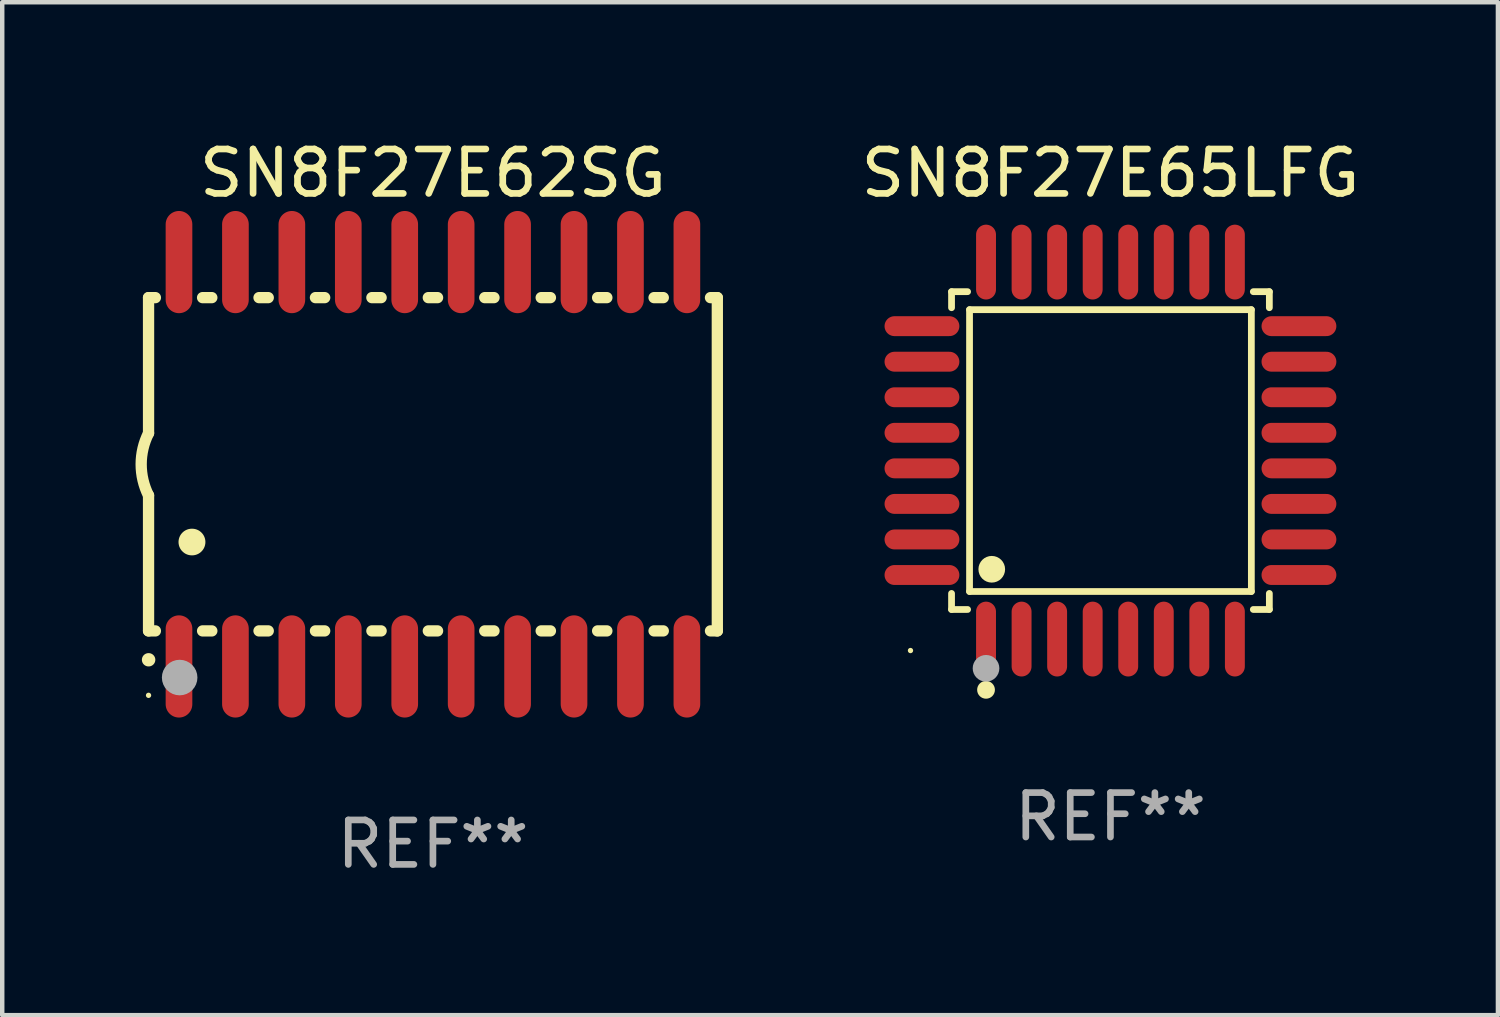
<source format=kicad_pcb>
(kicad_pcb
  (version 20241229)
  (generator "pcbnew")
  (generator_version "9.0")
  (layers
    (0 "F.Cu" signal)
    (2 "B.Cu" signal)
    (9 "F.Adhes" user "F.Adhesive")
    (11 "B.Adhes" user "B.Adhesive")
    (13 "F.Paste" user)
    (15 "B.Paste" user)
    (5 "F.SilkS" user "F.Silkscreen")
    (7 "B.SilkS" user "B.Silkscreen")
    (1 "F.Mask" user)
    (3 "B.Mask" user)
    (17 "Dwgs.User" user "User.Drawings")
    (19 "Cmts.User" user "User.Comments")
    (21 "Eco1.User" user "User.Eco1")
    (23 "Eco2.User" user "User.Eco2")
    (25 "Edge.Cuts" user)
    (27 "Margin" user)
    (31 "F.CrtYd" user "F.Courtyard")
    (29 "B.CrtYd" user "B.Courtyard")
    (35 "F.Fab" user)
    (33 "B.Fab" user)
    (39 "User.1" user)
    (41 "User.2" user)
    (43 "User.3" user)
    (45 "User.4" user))
  (footprint "SN8F27E65LFG"
    (layer "F.Cu")
    (at 21.94 7.09)
    (property "Reference" "SN8F27E65LFG" (at 0 -6.242 0) (layer "F.SilkS") (effects (font (size 1 1) (thickness 0.15))))
    (attr through_hole)
    (fp_line (start -3.576 -3.576) (end -3.215 -3.576) (stroke (width 0.152) (type solid)) (layer "F.SilkS"))
    (fp_line (start -3.576 -3.215) (end -3.576 -3.576) (stroke (width 0.152) (type solid)) (layer "F.SilkS"))
    (fp_line (start -3.576 3.215) (end -3.576 3.576) (stroke (width 0.152) (type solid)) (layer "F.SilkS"))
    (fp_line (start -3.576 3.576) (end -3.215 3.576) (stroke (width 0.152) (type solid)) (layer "F.SilkS"))
    (fp_line (start -3.171 -3.171) (end 3.171 -3.171) (stroke (width 0.152) (type solid)) (layer "F.SilkS"))
    (fp_line (start -3.171 3.171) (end -3.171 -3.171) (stroke (width 0.152) (type solid)) (layer "F.SilkS"))
    (fp_line (start 3.171 -3.171) (end 3.171 3.171) (stroke (width 0.152) (type solid)) (layer "F.SilkS"))
    (fp_line (start 3.171 3.171) (end -3.171 3.171) (stroke (width 0.152) (type solid)) (layer "F.SilkS"))
    (fp_line (start 3.576 -3.576) (end 3.215 -3.576) (stroke (width 0.152) (type solid)) (layer "F.SilkS"))
    (fp_line (start 3.576 -3.215) (end 3.576 -3.576) (stroke (width 0.152) (type solid)) (layer "F.SilkS"))
    (fp_line (start 3.576 3.215) (end 3.576 3.576) (stroke (width 0.152) (type solid)) (layer "F.SilkS"))
    (fp_line (start 3.576 3.576) (end 3.215 3.576) (stroke (width 0.152) (type solid)) (layer "F.SilkS"))
    (fp_circle (center -4.5 4.5) (end -4.47 4.5) (stroke (width 0.06) (type solid)) (fill no) (layer "F.SilkS"))
    (fp_circle (center -2.8 5.384) (end -2.7 5.384) (stroke (width 0.2) (type solid)) (fill no) (layer "F.SilkS"))
    (fp_circle (center -2.671 2.671) (end -2.521 2.671) (stroke (width 0.3) (type solid)) (fill no) (layer "F.SilkS"))
    (fp_circle (center -2.8 4.9) (end -2.65 4.9) (stroke (width 0.3) (type solid)) (fill no) (layer "F.Fab"))
    (fp_text user "REF**" (at 0 8.242 0) (layer "F.Fab") (effects (font (size 1 1) (thickness 0.15))))
    (pad "1" smd oval (at -2.8 4.242) (size 0.448 1.684) (layers "F.Cu" "F.Mask" "F.Paste"))
    (pad "2" smd oval (at -2 4.242) (size 0.448 1.684) (layers "F.Cu" "F.Mask" "F.Paste"))
    (pad "3" smd oval (at -1.2 4.242) (size 0.448 1.684) (layers "F.Cu" "F.Mask" "F.Paste"))
    (pad "4" smd oval (at -0.4 4.242) (size 0.448 1.684) (layers "F.Cu" "F.Mask" "F.Paste"))
    (pad "5" smd oval (at 0.4 4.242) (size 0.448 1.684) (layers "F.Cu" "F.Mask" "F.Paste"))
    (pad "6" smd oval (at 1.2 4.242) (size 0.448 1.684) (layers "F.Cu" "F.Mask" "F.Paste"))
    (pad "7" smd oval (at 2 4.242) (size 0.448 1.684) (layers "F.Cu" "F.Mask" "F.Paste"))
    (pad "8" smd oval (at 2.8 4.242) (size 0.448 1.684) (layers "F.Cu" "F.Mask" "F.Paste"))
    (pad "9" smd oval (at 4.242 2.8) (size 1.684 0.448) (layers "F.Cu" "F.Mask" "F.Paste"))
    (pad "10" smd oval (at 4.242 2) (size 1.684 0.448) (layers "F.Cu" "F.Mask" "F.Paste"))
    (pad "11" smd oval (at 4.242 1.2) (size 1.684 0.448) (layers "F.Cu" "F.Mask" "F.Paste"))
    (pad "12" smd oval (at 4.242 0.4) (size 1.684 0.448) (layers "F.Cu" "F.Mask" "F.Paste"))
    (pad "13" smd oval (at 4.242 -0.4) (size 1.684 0.448) (layers "F.Cu" "F.Mask" "F.Paste"))
    (pad "14" smd oval (at 4.242 -1.2) (size 1.684 0.448) (layers "F.Cu" "F.Mask" "F.Paste"))
    (pad "15" smd oval (at 4.242 -2) (size 1.684 0.448) (layers "F.Cu" "F.Mask" "F.Paste"))
    (pad "16" smd oval (at 4.242 -2.8) (size 1.684 0.448) (layers "F.Cu" "F.Mask" "F.Paste"))
    (pad "17" smd oval (at 2.8 -4.242) (size 0.448 1.684) (layers "F.Cu" "F.Mask" "F.Paste"))
    (pad "18" smd oval (at 2 -4.242) (size 0.448 1.684) (layers "F.Cu" "F.Mask" "F.Paste"))
    (pad "19" smd oval (at 1.2 -4.242) (size 0.448 1.684) (layers "F.Cu" "F.Mask" "F.Paste"))
    (pad "20" smd oval (at 0.4 -4.242) (size 0.448 1.684) (layers "F.Cu" "F.Mask" "F.Paste"))
    (pad "21" smd oval (at -0.4 -4.242) (size 0.448 1.684) (layers "F.Cu" "F.Mask" "F.Paste"))
    (pad "22" smd oval (at -1.2 -4.242) (size 0.448 1.684) (layers "F.Cu" "F.Mask" "F.Paste"))
    (pad "23" smd oval (at -2 -4.242) (size 0.448 1.684) (layers "F.Cu" "F.Mask" "F.Paste"))
    (pad "24" smd oval (at -2.8 -4.242) (size 0.448 1.684) (layers "F.Cu" "F.Mask" "F.Paste"))
    (pad "25" smd oval (at -4.242 -2.8) (size 1.684 0.448) (layers "F.Cu" "F.Mask" "F.Paste"))
    (pad "26" smd oval (at -4.242 -2) (size 1.684 0.448) (layers "F.Cu" "F.Mask" "F.Paste"))
    (pad "27" smd oval (at -4.242 -1.2) (size 1.684 0.448) (layers "F.Cu" "F.Mask" "F.Paste"))
    (pad "28" smd oval (at -4.242 -0.4) (size 1.684 0.448) (layers "F.Cu" "F.Mask" "F.Paste"))
    (pad "29" smd oval (at -4.242 0.4) (size 1.684 0.448) (layers "F.Cu" "F.Mask" "F.Paste"))
    (pad "30" smd oval (at -4.242 1.2) (size 1.684 0.448) (layers "F.Cu" "F.Mask" "F.Paste"))
    (pad "31" smd oval (at -4.242 2) (size 1.684 0.448) (layers "F.Cu" "F.Mask" "F.Paste"))
    (pad "32" smd oval (at -4.242 2.8) (size 1.684 0.448) (layers "F.Cu" "F.Mask" "F.Paste")))
  (footprint "SN8F27E62SG"
    (layer "F.Cu")
    (at 6.693 7.398)
    (property "Reference" "SN8F27E62SG" (at 0 -6.55 0) (layer "F.SilkS") (effects (font (size 1 1) (thickness 0.15))))
    (attr through_hole)
    (fp_line (start -6.4 -3.75) (end -6.4 -0.7) (stroke (width 0.254) (type solid)) (layer "F.SilkS"))
    (fp_line (start -6.4 -3.75) (end -6.246 -3.75) (stroke (width 0.254) (type solid)) (layer "F.SilkS"))
    (fp_line (start -6.4 3.75) (end -6.4 0.7) (stroke (width 0.254) (type solid)) (layer "F.SilkS"))
    (fp_line (start -6.246 3.75) (end -6.4 3.75) (stroke (width 0.254) (type solid)) (layer "F.SilkS"))
    (fp_line (start -5.184 -3.75) (end -4.976 -3.75) (stroke (width 0.254) (type solid)) (layer "F.SilkS"))
    (fp_line (start -4.976 3.75) (end -5.184 3.75) (stroke (width 0.254) (type solid)) (layer "F.SilkS"))
    (fp_line (start -3.914 -3.75) (end -3.706 -3.75) (stroke (width 0.254) (type solid)) (layer "F.SilkS"))
    (fp_line (start -3.706 3.75) (end -3.914 3.75) (stroke (width 0.254) (type solid)) (layer "F.SilkS"))
    (fp_line (start -2.644 -3.75) (end -2.436 -3.75) (stroke (width 0.254) (type solid)) (layer "F.SilkS"))
    (fp_line (start -2.436 3.75) (end -2.644 3.75) (stroke (width 0.254) (type solid)) (layer "F.SilkS"))
    (fp_line (start -1.374 -3.75) (end -1.166 -3.75) (stroke (width 0.254) (type solid)) (layer "F.SilkS"))
    (fp_line (start -1.166 3.75) (end -1.374 3.75) (stroke (width 0.254) (type solid)) (layer "F.SilkS"))
    (fp_line (start -0.104 -3.75) (end 0.104 -3.75) (stroke (width 0.254) (type solid)) (layer "F.SilkS"))
    (fp_line (start 0.104 3.75) (end -0.104 3.75) (stroke (width 0.254) (type solid)) (layer "F.SilkS"))
    (fp_line (start 1.166 -3.75) (end 1.374 -3.75) (stroke (width 0.254) (type solid)) (layer "F.SilkS"))
    (fp_line (start 1.374 3.75) (end 1.166 3.75) (stroke (width 0.254) (type solid)) (layer "F.SilkS"))
    (fp_line (start 2.436 -3.75) (end 2.644 -3.75) (stroke (width 0.254) (type solid)) (layer "F.SilkS"))
    (fp_line (start 2.644 3.75) (end 2.436 3.75) (stroke (width 0.254) (type solid)) (layer "F.SilkS"))
    (fp_line (start 3.706 -3.75) (end 3.914 -3.75) (stroke (width 0.254) (type solid)) (layer "F.SilkS"))
    (fp_line (start 3.914 3.75) (end 3.706 3.75) (stroke (width 0.254) (type solid)) (layer "F.SilkS"))
    (fp_line (start 4.976 -3.75) (end 5.184 -3.75) (stroke (width 0.254) (type solid)) (layer "F.SilkS"))
    (fp_line (start 5.184 3.75) (end 4.976 3.75) (stroke (width 0.254) (type solid)) (layer "F.SilkS"))
    (fp_line (start 6.246 -3.75) (end 6.4 -3.75) (stroke (width 0.254) (type solid)) (layer "F.SilkS"))
    (fp_line (start 6.4 -3.75) (end 6.4 3.75) (stroke (width 0.254) (type solid)) (layer "F.SilkS"))
    (fp_line (start 6.4 3.75) (end 6.246 3.75) (stroke (width 0.254) (type solid)) (layer "F.SilkS"))
    (fp_arc (start -6.400812 0.701041) (mid -6.565912 0.000428) (end -6.400025 -0.7) (stroke (width 0.254001) (type solid)) (layer "F.SilkS"))
    (fp_arc (start -6.400025 4.4) (mid -6.398755 4.399995) (end -6.397485 4.4) (stroke (width 0.3) (type solid)) (layer "F.SilkS"))
    (fp_arc (start -5.425451 1.750064) (mid -5.422911 1.750053) (end -5.420371 1.750064) (stroke (width 0.6) (type solid)) (layer "F.SilkS"))
    (fp_circle (center -6.4 5.2) (end -6.37 5.2) (stroke (width 0.06) (type solid)) (fill no) (layer "F.SilkS"))
    (fp_circle (center -5.7 4.8) (end -5.5 4.8) (stroke (width 0.4) (type solid)) (fill no) (layer "F.Fab"))
    (fp_text user "REF**" (at 0 8.55 0) (layer "F.Fab") (effects (font (size 1 1) (thickness 0.15))))
    (pad "1" smd oval (at -5.715 4.55 180) (size 0.6 2.3) (layers "F.Cu" "F.Mask" "F.Paste"))
    (pad "2" smd oval (at -4.445 4.55 180) (size 0.6 2.3) (layers "F.Cu" "F.Mask" "F.Paste"))
    (pad "3" smd oval (at -3.175 4.55 180) (size 0.6 2.3) (layers "F.Cu" "F.Mask" "F.Paste"))
    (pad "4" smd oval (at -1.905 4.55 180) (size 0.6 2.3) (layers "F.Cu" "F.Mask" "F.Paste"))
    (pad "5" smd oval (at -0.635 4.55 180) (size 0.6 2.3) (layers "F.Cu" "F.Mask" "F.Paste"))
    (pad "6" smd oval (at 0.635 4.55 180) (size 0.6 2.3) (layers "F.Cu" "F.Mask" "F.Paste"))
    (pad "7" smd oval (at 1.905 4.55 180) (size 0.6 2.3) (layers "F.Cu" "F.Mask" "F.Paste"))
    (pad "8" smd oval (at 3.175 4.55 180) (size 0.6 2.3) (layers "F.Cu" "F.Mask" "F.Paste"))
    (pad "9" smd oval (at 4.445 4.55 180) (size 0.6 2.3) (layers "F.Cu" "F.Mask" "F.Paste"))
    (pad "10" smd oval (at 5.715 4.55 180) (size 0.6 2.3) (layers "F.Cu" "F.Mask" "F.Paste"))
    (pad "11" smd oval (at 5.715 -4.55 180) (size 0.6 2.3) (layers "F.Cu" "F.Mask" "F.Paste"))
    (pad "12" smd oval (at 4.445 -4.55 180) (size 0.6 2.3) (layers "F.Cu" "F.Mask" "F.Paste"))
    (pad "13" smd oval (at 3.175 -4.55 180) (size 0.6 2.3) (layers "F.Cu" "F.Mask" "F.Paste"))
    (pad "14" smd oval (at 1.905 -4.55 180) (size 0.6 2.3) (layers "F.Cu" "F.Mask" "F.Paste"))
    (pad "15" smd oval (at 0.635 -4.55 180) (size 0.6 2.3) (layers "F.Cu" "F.Mask" "F.Paste"))
    (pad "16" smd oval (at -0.635 -4.55 180) (size 0.6 2.3) (layers "F.Cu" "F.Mask" "F.Paste"))
    (pad "17" smd oval (at -1.905 -4.55 180) (size 0.6 2.3) (layers "F.Cu" "F.Mask" "F.Paste"))
    (pad "18" smd oval (at -3.175 -4.55 180) (size 0.6 2.3) (layers "F.Cu" "F.Mask" "F.Paste"))
    (pad "19" smd oval (at -4.445 -4.55 180) (size 0.6 2.3) (layers "F.Cu" "F.Mask" "F.Paste"))
    (pad "20" smd oval (at -5.715 -4.55 180) (size 0.6 2.3) (layers "F.Cu" "F.Mask" "F.Paste")))
  (gr_rect
    (start -3 -3)
    (end 30.66 19.796)
    (stroke (width 0.1) (type default))
    (fill no)
    (layer "Edge.Cuts")))
</source>
